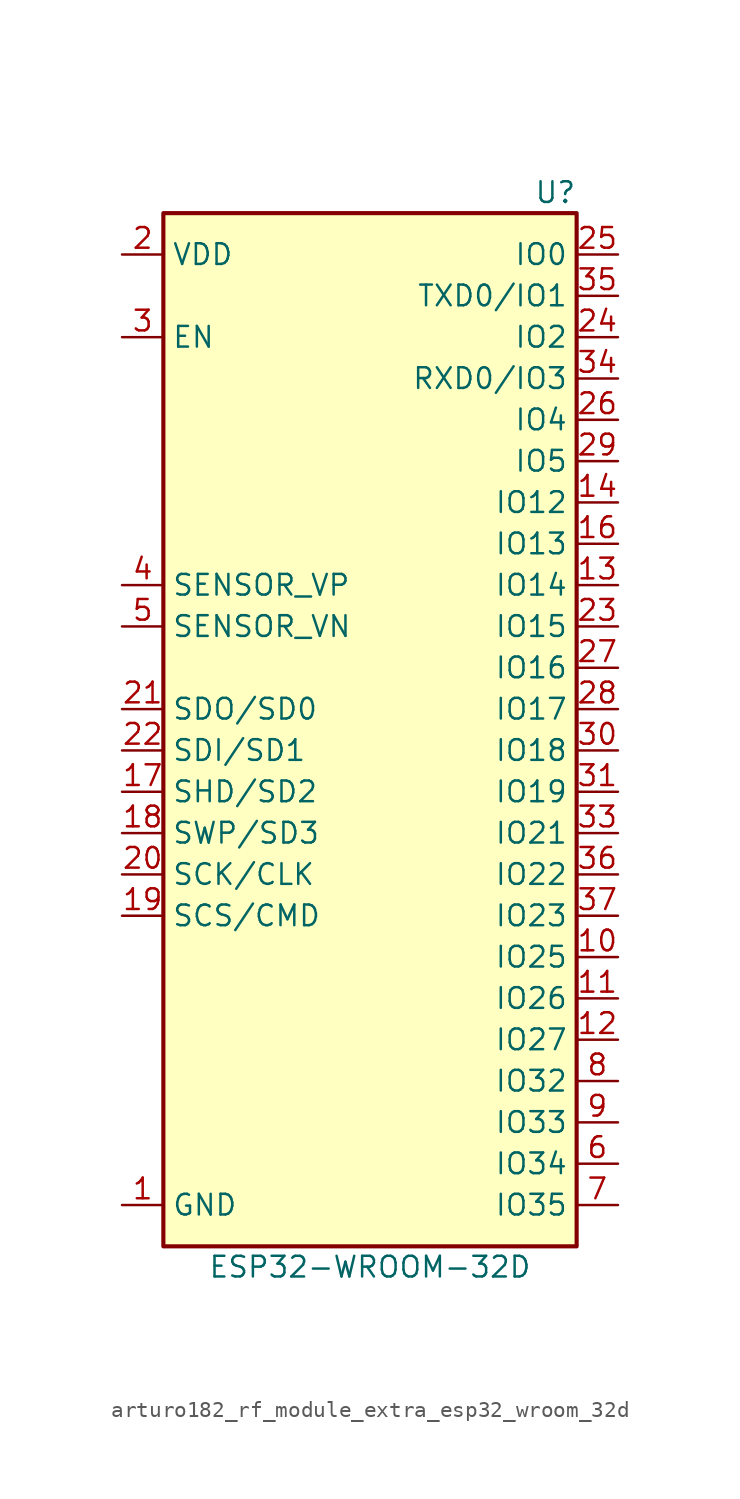
<source format=kicad_sym>
(kicad_symbol_lib
  (version 20220914)
  (generator kicad_symbol_editor)
  (symbol "arturo182_rf_module_extra_esp32_wroom_32d"
    (property "Reference" "U"
      (at 12.7 34.29 0)
      (effects (font (size 1.27 1.27)) (justify right)))
    (property "Value" "ESP32-WROOM-32D"
      (at 0 -31.75 0)
      (effects (font (size 1.27 1.27))))
    (symbol "arturo182_rf_module_extra_esp32_wroom_32d_0_1"
      (rectangle (start -12.7 33.02) (end 12.7 -30.48) (stroke (width 0.254) (type default)) (fill (type background))))
    (symbol "arturo182_rf_module_extra_esp32_wroom_32d_1_1"
      (pin power_in line (at -15.24 -27.94 0) (length 2.54) (name "GND" (effects (font (size 1.27 1.27)))) (number "1" (effects (font (size 1.27 1.27)))))
      (pin bidirectional line (at 15.24 -12.7 180) (length 2.54) (name "IO25" (effects (font (size 1.27 1.27)))) (number "10" (effects (font (size 1.27 1.27)))))
      (pin bidirectional line (at 15.24 -15.24 180) (length 2.54) (name "IO26" (effects (font (size 1.27 1.27)))) (number "11" (effects (font (size 1.27 1.27)))))
      (pin bidirectional line (at 15.24 -17.78 180) (length 2.54) (name "IO27" (effects (font (size 1.27 1.27)))) (number "12" (effects (font (size 1.27 1.27)))))
      (pin bidirectional line (at 15.24 10.16 180) (length 2.54) (name "IO14" (effects (font (size 1.27 1.27)))) (number "13" (effects (font (size 1.27 1.27)))))
      (pin bidirectional line (at 15.24 15.24 180) (length 2.54) (name "IO12" (effects (font (size 1.27 1.27)))) (number "14" (effects (font (size 1.27 1.27)))))
      (pin passive line (at -15.24 -27.94 0) (length 2.54) hide (name "GND" (effects (font (size 1.27 1.27)))) (number "15" (effects (font (size 1.27 1.27)))))
      (pin bidirectional line (at 15.24 12.7 180) (length 2.54) (name "IO13" (effects (font (size 1.27 1.27)))) (number "16" (effects (font (size 1.27 1.27)))))
      (pin bidirectional line (at -15.24 -2.54 0) (length 2.54) (name "SHD/SD2" (effects (font (size 1.27 1.27)))) (number "17" (effects (font (size 1.27 1.27)))))
      (pin bidirectional line (at -15.24 -5.08 0) (length 2.54) (name "SWP/SD3" (effects (font (size 1.27 1.27)))) (number "18" (effects (font (size 1.27 1.27)))))
      (pin bidirectional line (at -15.24 -10.16 0) (length 2.54) (name "SCS/CMD" (effects (font (size 1.27 1.27)))) (number "19" (effects (font (size 1.27 1.27)))))
      (pin power_in line (at -15.24 30.48 0) (length 2.54) (name "VDD" (effects (font (size 1.27 1.27)))) (number "2" (effects (font (size 1.27 1.27)))))
      (pin bidirectional line (at -15.24 -7.62 0) (length 2.54) (name "SCK/CLK" (effects (font (size 1.27 1.27)))) (number "20" (effects (font (size 1.27 1.27)))))
      (pin bidirectional line (at -15.24 2.54 0) (length 2.54) (name "SDO/SD0" (effects (font (size 1.27 1.27)))) (number "21" (effects (font (size 1.27 1.27)))))
      (pin bidirectional line (at -15.24 0 0) (length 2.54) (name "SDI/SD1" (effects (font (size 1.27 1.27)))) (number "22" (effects (font (size 1.27 1.27)))))
      (pin bidirectional line (at 15.24 7.62 180) (length 2.54) (name "IO15" (effects (font (size 1.27 1.27)))) (number "23" (effects (font (size 1.27 1.27)))))
      (pin bidirectional line (at 15.24 25.4 180) (length 2.54) (name "IO2" (effects (font (size 1.27 1.27)))) (number "24" (effects (font (size 1.27 1.27)))))
      (pin bidirectional line (at 15.24 30.48 180) (length 2.54) (name "IO0" (effects (font (size 1.27 1.27)))) (number "25" (effects (font (size 1.27 1.27)))))
      (pin bidirectional line (at 15.24 20.32 180) (length 2.54) (name "IO4" (effects (font (size 1.27 1.27)))) (number "26" (effects (font (size 1.27 1.27)))))
      (pin bidirectional line (at 15.24 5.08 180) (length 2.54) (name "IO16" (effects (font (size 1.27 1.27)))) (number "27" (effects (font (size 1.27 1.27)))))
      (pin bidirectional line (at 15.24 2.54 180) (length 2.54) (name "IO17" (effects (font (size 1.27 1.27)))) (number "28" (effects (font (size 1.27 1.27)))))
      (pin bidirectional line (at 15.24 17.78 180) (length 2.54) (name "IO5" (effects (font (size 1.27 1.27)))) (number "29" (effects (font (size 1.27 1.27)))))
      (pin input line (at -15.24 25.4 0) (length 2.54) (name "EN" (effects (font (size 1.27 1.27)))) (number "3" (effects (font (size 1.27 1.27)))))
      (pin bidirectional line (at 15.24 0 180) (length 2.54) (name "IO18" (effects (font (size 1.27 1.27)))) (number "30" (effects (font (size 1.27 1.27)))))
      (pin bidirectional line (at 15.24 -2.54 180) (length 2.54) (name "IO19" (effects (font (size 1.27 1.27)))) (number "31" (effects (font (size 1.27 1.27)))))
      (pin no_connect line (at -15.24 -25.4 0) (length 2.54) hide (name "NC" (effects (font (size 1.27 1.27)))) (number "32" (effects (font (size 1.27 1.27)))))
      (pin bidirectional line (at 15.24 -5.08 180) (length 2.54) (name "IO21" (effects (font (size 1.27 1.27)))) (number "33" (effects (font (size 1.27 1.27)))))
      (pin bidirectional line (at 15.24 22.86 180) (length 2.54) (name "RXD0/IO3" (effects (font (size 1.27 1.27)))) (number "34" (effects (font (size 1.27 1.27)))))
      (pin bidirectional line (at 15.24 27.94 180) (length 2.54) (name "TXD0/IO1" (effects (font (size 1.27 1.27)))) (number "35" (effects (font (size 1.27 1.27)))))
      (pin bidirectional line (at 15.24 -7.62 180) (length 2.54) (name "IO22" (effects (font (size 1.27 1.27)))) (number "36" (effects (font (size 1.27 1.27)))))
      (pin bidirectional line (at 15.24 -10.16 180) (length 2.54) (name "IO23" (effects (font (size 1.27 1.27)))) (number "37" (effects (font (size 1.27 1.27)))))
      (pin passive line (at -15.24 -27.94 0) (length 2.54) hide (name "GND" (effects (font (size 1.27 1.27)))) (number "38" (effects (font (size 1.27 1.27)))))
      (pin input line (at -15.24 10.16 0) (length 2.54) (name "SENSOR_VP" (effects (font (size 1.27 1.27)))) (number "4" (effects (font (size 1.27 1.27)))))
      (pin input line (at -15.24 7.62 0) (length 2.54) (name "SENSOR_VN" (effects (font (size 1.27 1.27)))) (number "5" (effects (font (size 1.27 1.27)))))
      (pin input line (at 15.24 -25.4 180) (length 2.54) (name "IO34" (effects (font (size 1.27 1.27)))) (number "6" (effects (font (size 1.27 1.27)))))
      (pin input line (at 15.24 -27.94 180) (length 2.54) (name "IO35" (effects (font (size 1.27 1.27)))) (number "7" (effects (font (size 1.27 1.27)))))
      (pin bidirectional line (at 15.24 -20.32 180) (length 2.54) (name "IO32" (effects (font (size 1.27 1.27)))) (number "8" (effects (font (size 1.27 1.27)))))
      (pin bidirectional line (at 15.24 -22.86 180) (length 2.54) (name "IO33" (effects (font (size 1.27 1.27)))) (number "9" (effects (font (size 1.27 1.27))))))))
</source>
